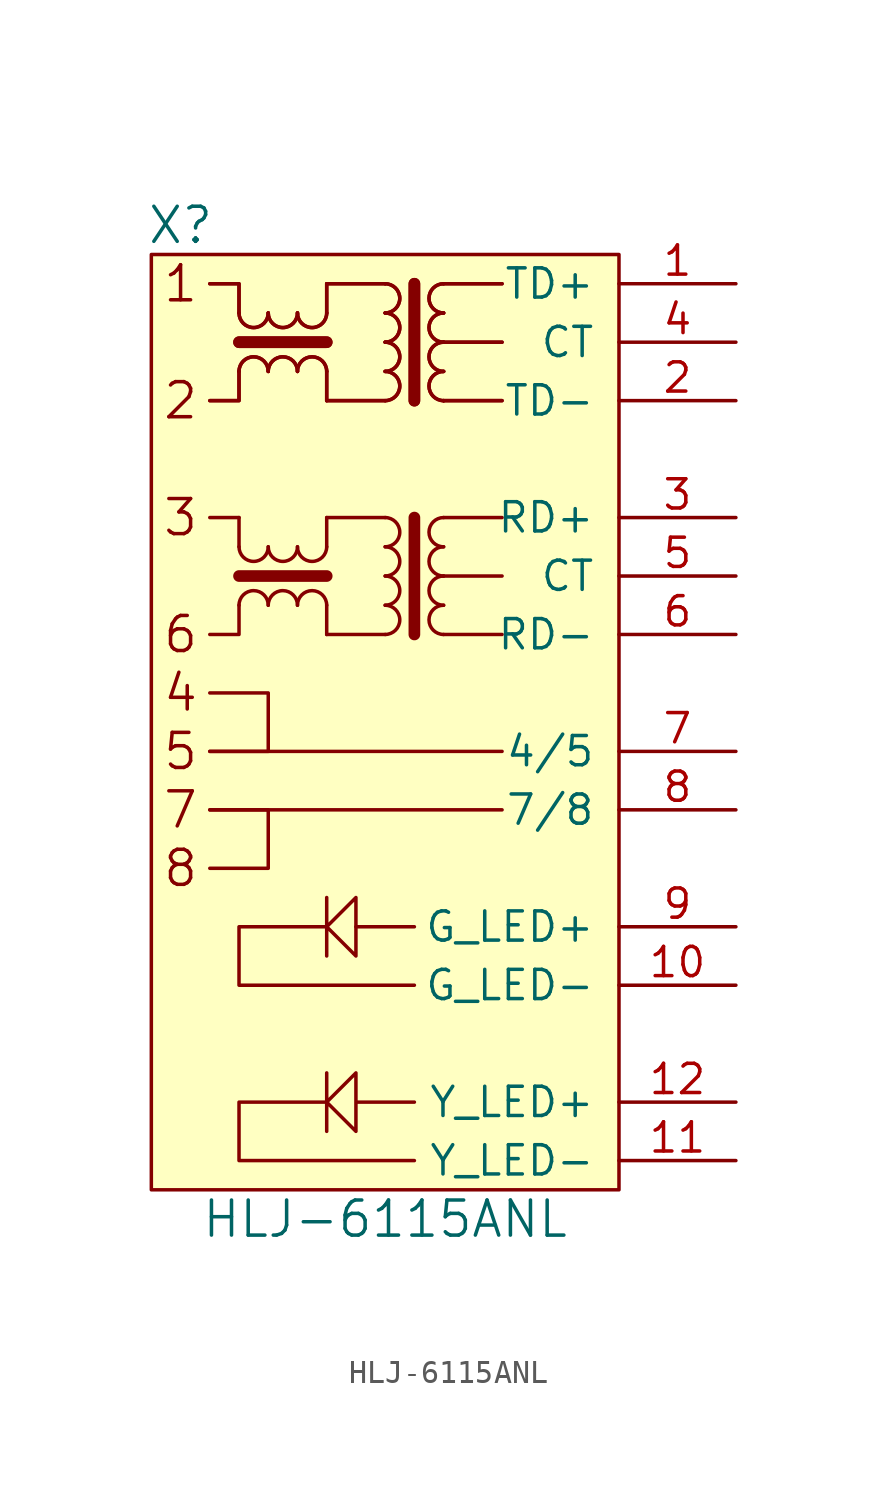
<source format=kicad_sym>
(kicad_symbol_lib
  (version 20211014)
  (generator kicad_symbol_editor)
  (symbol "HLJ-6115ANL"
    (pin_names
      (offset 1.016))
    (property "Reference" "X"
      (at -8.89 21.59 0)
      (effects (font (size 1.524 1.524))))
    (property "Value" "HLJ-6115ANL"
      (at 0 -21.59 0)
      (effects (font (size 1.524 1.524))))
    (property "Datasheet" ""
      (at 0 7.62 0)
      (effects (font (size 1.524 1.524))))
    (symbol "HLJ-6115ANL_0_0"
      (rectangle (start -10.16 20.32) (end 10.16 -20.32) (stroke (width 0) (type default) (color 0 0 0 0)) (fill (type background)))
      (polyline (pts (xy -7.62 -3.81) (xy -5.08 -3.81) (xy -5.08 -6.35) (xy -7.62 -6.35)) (stroke (width 0) (type default) (color 0 0 0 0)) (fill (type none)))
      (polyline (pts (xy -7.62 1.27) (xy -5.08 1.27) (xy -5.08 -1.27) (xy -7.62 -1.27)) (stroke (width 0) (type default) (color 0 0 0 0)) (fill (type none)))
      (text "1" (at -8.89 19.05 0) (effects (font (size 1.524 1.524))))
      (text "2" (at -8.89 13.97 0) (effects (font (size 1.524 1.524))))
      (text "3" (at -8.89 8.89 0) (effects (font (size 1.524 1.524))))
      (text "4" (at -8.89 1.27 0) (effects (font (size 1.524 1.524))))
      (text "5" (at -8.89 -1.27 0) (effects (font (size 1.524 1.524))))
      (text "6" (at -8.89 3.81 0) (effects (font (size 1.524 1.524))))
      (text "7" (at -8.89 -3.81 0) (effects (font (size 1.524 1.524))))
      (text "8" (at -8.89 -6.35 0) (effects (font (size 1.524 1.524)))))
    (symbol "HLJ-6115ANL_0_1"
      (arc (start -6.35 7.62) (mid -5.715 6.985) (end -5.08 7.62) (stroke (width 0) (type default) (color 0 0 0 0)) (fill (type none)))
      (arc (start -6.35 17.78) (mid -5.715 17.145) (end -5.08 17.78) (stroke (width 0) (type default) (color 0 0 0 0)) (fill (type none)))
      (arc (start -6.35 17.78) (mid -5.715 17.145) (end -5.08 17.78) (stroke (width 0) (type default) (color 0 0 0 0)) (fill (type none)))
      (arc (start -5.08 5.08) (mid -5.715 5.715) (end -6.35 5.08) (stroke (width 0) (type default) (color 0 0 0 0)) (fill (type none)))
      (arc (start -5.08 7.62) (mid -4.445 6.985) (end -3.81 7.62) (stroke (width 0) (type default) (color 0 0 0 0)) (fill (type none)))
      (arc (start -5.08 15.24) (mid -5.715 15.875) (end -6.35 15.24) (stroke (width 0) (type default) (color 0 0 0 0)) (fill (type none)))
      (arc (start -5.08 15.24) (mid -5.715 15.875) (end -6.35 15.24) (stroke (width 0) (type default) (color 0 0 0 0)) (fill (type none)))
      (arc (start -5.08 17.78) (mid -4.445 17.145) (end -3.81 17.78) (stroke (width 0) (type default) (color 0 0 0 0)) (fill (type none)))
      (arc (start -5.08 17.78) (mid -4.445 17.145) (end -3.81 17.78) (stroke (width 0) (type default) (color 0 0 0 0)) (fill (type none)))
      (arc (start -3.81 5.08) (mid -4.445 5.715) (end -5.08 5.08) (stroke (width 0) (type default) (color 0 0 0 0)) (fill (type none)))
      (arc (start -3.81 7.62) (mid -3.175 6.985) (end -2.54 7.62) (stroke (width 0) (type default) (color 0 0 0 0)) (fill (type none)))
      (arc (start -3.81 15.24) (mid -4.445 15.875) (end -5.08 15.24) (stroke (width 0) (type default) (color 0 0 0 0)) (fill (type none)))
      (arc (start -3.81 15.24) (mid -4.445 15.875) (end -5.08 15.24) (stroke (width 0) (type default) (color 0 0 0 0)) (fill (type none)))
      (arc (start -3.81 17.78) (mid -3.175 17.145) (end -2.54 17.78) (stroke (width 0) (type default) (color 0 0 0 0)) (fill (type none)))
      (arc (start -3.81 17.78) (mid -3.175 17.145) (end -2.54 17.78) (stroke (width 0) (type default) (color 0 0 0 0)) (fill (type none)))
      (arc (start -2.54 5.08) (mid -3.175 5.715) (end -3.81 5.08) (stroke (width 0) (type default) (color 0 0 0 0)) (fill (type none)))
      (arc (start -2.54 15.24) (mid -3.175 15.875) (end -3.81 15.24) (stroke (width 0) (type default) (color 0 0 0 0)) (fill (type none)))
      (arc (start -2.54 15.24) (mid -3.175 15.875) (end -3.81 15.24) (stroke (width 0) (type default) (color 0 0 0 0)) (fill (type none)))
      (polyline (pts (xy -6.35 6.35) (xy -2.54 6.35)) (stroke (width 0.508) (type default) (color 0 0 0 0)) (fill (type none)))
      (polyline (pts (xy -6.35 7.62) (xy -6.35 8.89)) (stroke (width 0) (type default) (color 0 0 0 0)) (fill (type none)))
      (polyline (pts (xy -6.35 8.89) (xy -7.62 8.89)) (stroke (width 0) (type default) (color 0 0 0 0)) (fill (type none)))
      (polyline (pts (xy -6.35 16.51) (xy -2.54 16.51)) (stroke (width 0.508) (type default) (color 0 0 0 0)) (fill (type none)))
      (polyline (pts (xy -6.35 16.51) (xy -2.54 16.51)) (stroke (width 0.508) (type default) (color 0 0 0 0)) (fill (type none)))
      (polyline (pts (xy -2.54 3.81) (xy -2.54 5.08)) (stroke (width 0) (type default) (color 0 0 0 0)) (fill (type none)))
      (polyline (pts (xy -2.54 8.89) (xy -2.54 7.62)) (stroke (width 0) (type default) (color 0 0 0 0)) (fill (type none)))
      (polyline (pts (xy -2.54 15.24) (xy -2.54 13.97)) (stroke (width 0) (type default) (color 0 0 0 0)) (fill (type none)))
      (polyline (pts (xy -2.54 15.24) (xy -2.54 13.97)) (stroke (width 0) (type default) (color 0 0 0 0)) (fill (type none)))
      (polyline (pts (xy -2.54 19.05) (xy -2.54 17.78)) (stroke (width 0) (type default) (color 0 0 0 0)) (fill (type none)))
      (polyline (pts (xy -2.54 19.05) (xy -2.54 17.78)) (stroke (width 0) (type default) (color 0 0 0 0)) (fill (type none)))
      (polyline (pts (xy -1.27 -8.89) (xy 1.27 -8.89)) (stroke (width 0) (type default) (color 0 0 0 0)) (fill (type none)))
      (polyline (pts (xy 0 3.81) (xy -2.54 3.81)) (stroke (width 0) (type default) (color 0 0 0 0)) (fill (type none)))
      (polyline (pts (xy 0 8.89) (xy -2.54 8.89)) (stroke (width 0) (type default) (color 0 0 0 0)) (fill (type none)))
      (polyline (pts (xy 0 13.97) (xy -2.54 13.97)) (stroke (width 0) (type default) (color 0 0 0 0)) (fill (type none)))
      (polyline (pts (xy 0 13.97) (xy -2.54 13.97)) (stroke (width 0) (type default) (color 0 0 0 0)) (fill (type none)))
      (polyline (pts (xy 0 19.05) (xy -2.54 19.05)) (stroke (width 0) (type default) (color 0 0 0 0)) (fill (type none)))
      (polyline (pts (xy 0 19.05) (xy -2.54 19.05)) (stroke (width 0) (type default) (color 0 0 0 0)) (fill (type none)))
      (polyline (pts (xy 1.27 8.89) (xy 1.27 3.81)) (stroke (width 0.508) (type default) (color 0 0 0 0)) (fill (type none)))
      (polyline (pts (xy 1.27 19.05) (xy 1.27 13.97)) (stroke (width 0.508) (type default) (color 0 0 0 0)) (fill (type none)))
      (polyline (pts (xy 1.27 19.05) (xy 1.27 13.97)) (stroke (width 0.508) (type default) (color 0 0 0 0)) (fill (type none)))
      (polyline (pts (xy 2.54 13.97) (xy 2.54 13.97)) (stroke (width 0) (type default) (color 0 0 0 0)) (fill (type none)))
      (polyline (pts (xy 2.54 13.97) (xy 2.54 13.97)) (stroke (width 0) (type default) (color 0 0 0 0)) (fill (type none)))
      (polyline (pts (xy 2.54 13.97) (xy 5.08 13.97)) (stroke (width 0) (type default) (color 0 0 0 0)) (fill (type none)))
      (polyline (pts (xy 2.54 13.97) (xy 5.08 13.97)) (stroke (width 0) (type default) (color 0 0 0 0)) (fill (type none)))
      (polyline (pts (xy 2.54 16.51) (xy 5.08 16.51)) (stroke (width 0) (type default) (color 0 0 0 0)) (fill (type none)))
      (polyline (pts (xy 2.54 16.51) (xy 5.08 16.51)) (stroke (width 0) (type default) (color 0 0 0 0)) (fill (type none)))
      (polyline (pts (xy 2.54 19.05) (xy 5.08 19.05)) (stroke (width 0) (type default) (color 0 0 0 0)) (fill (type none)))
      (polyline (pts (xy 2.54 19.05) (xy 5.08 19.05)) (stroke (width 0) (type default) (color 0 0 0 0)) (fill (type none)))
      (polyline (pts (xy 5.08 -3.81) (xy -7.62 -3.81)) (stroke (width 0) (type default) (color 0 0 0 0)) (fill (type none)))
      (polyline (pts (xy 5.08 -1.27) (xy -7.62 -1.27)) (stroke (width 0) (type default) (color 0 0 0 0)) (fill (type none)))
      (polyline (pts (xy 5.08 3.81) (xy 2.54 3.81)) (stroke (width 0) (type default) (color 0 0 0 0)) (fill (type none)))
      (polyline (pts (xy 5.08 6.35) (xy 2.54 6.35)) (stroke (width 0) (type default) (color 0 0 0 0)) (fill (type none)))
      (polyline (pts (xy 5.08 8.89) (xy 2.54 8.89)) (stroke (width 0) (type default) (color 0 0 0 0)) (fill (type none)))
      (polyline (pts (xy -6.35 15.24) (xy -6.35 13.97) (xy -7.62 13.97)) (stroke (width 0) (type default) (color 0 0 0 0)) (fill (type none)))
      (polyline (pts (xy -6.35 15.24) (xy -6.35 13.97) (xy -7.62 13.97)) (stroke (width 0) (type default) (color 0 0 0 0)) (fill (type none)))
      (polyline (pts (xy -6.35 17.78) (xy -6.35 19.05) (xy -7.62 19.05)) (stroke (width 0) (type default) (color 0 0 0 0)) (fill (type none)))
      (polyline (pts (xy -6.35 17.78) (xy -6.35 19.05) (xy -7.62 19.05)) (stroke (width 0) (type default) (color 0 0 0 0)) (fill (type none)))
      (polyline (pts (xy -6.35 5.08) (xy -6.35 3.81) (xy -7.62 3.81) (xy -6.35 3.81)) (stroke (width 0) (type default) (color 0 0 0 0)) (fill (type none)))
      (polyline (pts (xy -2.54 -8.89) (xy -6.35 -8.89) (xy -6.35 -11.43) (xy 1.27 -11.43)) (stroke (width 0) (type default) (color 0 0 0 0)) (fill (type none)))
      (polyline (pts (xy -2.54 -8.89) (xy -1.27 -7.62) (xy -1.27 -10.16) (xy -2.54 -8.89) (xy -2.54 -7.62) (xy -2.54 -10.16)) (stroke (width 0) (type default) (color 0 0 0 0)) (fill (type none)))
      (polyline (pts (xy 1.27 -16.51) (xy -1.27 -16.51) (xy -1.27 -15.24) (xy -2.54 -16.51) (xy -1.27 -17.78) (xy -1.27 -16.51) (xy -1.27 -17.78) (xy -2.54 -16.51) (xy -2.54 -15.24) (xy -2.54 -17.78) (xy -2.54 -16.51) (xy -6.35 -16.51) (xy -6.35 -19.05) (xy 1.27 -19.05)) (stroke (width 0) (type default) (color 0 0 0 0)) (fill (type none)))
      (arc (start 0 3.81) (mid 0.635 4.445) (end 0 5.08) (stroke (width 0) (type default) (color 0 0 0 0)) (fill (type none)))
      (arc (start 0 5.08) (mid 0.635 5.715) (end 0 6.35) (stroke (width 0) (type default) (color 0 0 0 0)) (fill (type none)))
      (arc (start 0 6.35) (mid 0.635 6.985) (end 0 7.62) (stroke (width 0) (type default) (color 0 0 0 0)) (fill (type none)))
      (arc (start 0 7.62) (mid 0.635 8.255) (end 0 8.89) (stroke (width 0) (type default) (color 0 0 0 0)) (fill (type none)))
      (arc (start 0 13.97) (mid 0.635 14.605) (end 0 15.24) (stroke (width 0) (type default) (color 0 0 0 0)) (fill (type none)))
      (arc (start 0 13.97) (mid 0.635 14.605) (end 0 15.24) (stroke (width 0) (type default) (color 0 0 0 0)) (fill (type none)))
      (arc (start 0 15.24) (mid 0.635 15.875) (end 0 16.51) (stroke (width 0) (type default) (color 0 0 0 0)) (fill (type none)))
      (arc (start 0 15.24) (mid 0.635 15.875) (end 0 16.51) (stroke (width 0) (type default) (color 0 0 0 0)) (fill (type none)))
      (arc (start 0 16.51) (mid 0.635 17.145) (end 0 17.78) (stroke (width 0) (type default) (color 0 0 0 0)) (fill (type none)))
      (arc (start 0 16.51) (mid 0.635 17.145) (end 0 17.78) (stroke (width 0) (type default) (color 0 0 0 0)) (fill (type none)))
      (arc (start 0 17.78) (mid 0.635 18.415) (end 0 19.05) (stroke (width 0) (type default) (color 0 0 0 0)) (fill (type none)))
      (arc (start 0 17.78) (mid 0.635 18.415) (end 0 19.05) (stroke (width 0) (type default) (color 0 0 0 0)) (fill (type none)))
      (arc (start 2.54 5.08) (mid 1.905 4.445) (end 2.54 3.81) (stroke (width 0) (type default) (color 0 0 0 0)) (fill (type none)))
      (arc (start 2.54 6.35) (mid 1.905 5.715) (end 2.54 5.08) (stroke (width 0) (type default) (color 0 0 0 0)) (fill (type none)))
      (arc (start 2.54 7.62) (mid 1.905 6.985) (end 2.54 6.35) (stroke (width 0) (type default) (color 0 0 0 0)) (fill (type none)))
      (arc (start 2.54 8.89) (mid 1.905 8.255) (end 2.54 7.62) (stroke (width 0) (type default) (color 0 0 0 0)) (fill (type none)))
      (arc (start 2.54 15.24) (mid 1.905 14.605) (end 2.54 13.97) (stroke (width 0) (type default) (color 0 0 0 0)) (fill (type none)))
      (arc (start 2.54 15.24) (mid 1.905 14.605) (end 2.54 13.97) (stroke (width 0) (type default) (color 0 0 0 0)) (fill (type none)))
      (arc (start 2.54 16.51) (mid 1.905 15.875) (end 2.54 15.24) (stroke (width 0) (type default) (color 0 0 0 0)) (fill (type none)))
      (arc (start 2.54 16.51) (mid 1.905 15.875) (end 2.54 15.24) (stroke (width 0) (type default) (color 0 0 0 0)) (fill (type none)))
      (arc (start 2.54 17.78) (mid 1.905 17.145) (end 2.54 16.51) (stroke (width 0) (type default) (color 0 0 0 0)) (fill (type none)))
      (arc (start 2.54 17.78) (mid 1.905 17.145) (end 2.54 16.51) (stroke (width 0) (type default) (color 0 0 0 0)) (fill (type none)))
      (arc (start 2.54 19.05) (mid 1.905 18.415) (end 2.54 17.78) (stroke (width 0) (type default) (color 0 0 0 0)) (fill (type none)))
      (arc (start 2.54 19.05) (mid 1.905 18.415) (end 2.54 17.78) (stroke (width 0) (type default) (color 0 0 0 0)) (fill (type none))))
    (symbol "HLJ-6115ANL_1_1"
      (pin bidirectional line (at 15.24 19.05 180) (length 5.08) (name "TD+" (effects (font (size 1.27 1.27)))) (number "1" (effects (font (size 1.27 1.27)))))
      (pin input line (at 15.24 -11.43 180) (length 5.08) (name "G_LED-" (effects (font (size 1.27 1.27)))) (number "10" (effects (font (size 1.27 1.27)))))
      (pin input line (at 15.24 -19.05 180) (length 5.08) (name "Y_LED-" (effects (font (size 1.27 1.27)))) (number "11" (effects (font (size 1.27 1.27)))))
      (pin input line (at 15.24 -16.51 180) (length 5.08) (name "Y_LED+" (effects (font (size 1.27 1.27)))) (number "12" (effects (font (size 1.27 1.27)))))
      (pin bidirectional line (at 15.24 13.97 180) (length 5.08) (name "TD-" (effects (font (size 1.27 1.27)))) (number "2" (effects (font (size 1.27 1.27)))))
      (pin bidirectional line (at 15.24 8.89 180) (length 5.08) (name "RD+" (effects (font (size 1.27 1.27)))) (number "3" (effects (font (size 1.27 1.27)))))
      (pin bidirectional line (at 15.24 16.51 180) (length 5.08) (name "CT" (effects (font (size 1.27 1.27)))) (number "4" (effects (font (size 1.27 1.27)))))
      (pin bidirectional line (at 15.24 6.35 180) (length 5.08) (name "CT" (effects (font (size 1.27 1.27)))) (number "5" (effects (font (size 1.27 1.27)))))
      (pin bidirectional line (at 15.24 3.81 180) (length 5.08) (name "RD-" (effects (font (size 1.27 1.27)))) (number "6" (effects (font (size 1.27 1.27)))))
      (pin power_out line (at 15.24 -1.27 180) (length 5.08) (name "4/5" (effects (font (size 1.27 1.27)))) (number "7" (effects (font (size 1.27 1.27)))))
      (pin power_out line (at 15.24 -3.81 180) (length 5.08) (name "7/8" (effects (font (size 1.27 1.27)))) (number "8" (effects (font (size 1.27 1.27)))))
      (pin input line (at 15.24 -8.89 180) (length 5.08) (name "G_LED+" (effects (font (size 1.27 1.27)))) (number "9" (effects (font (size 1.27 1.27))))))))
</source>
